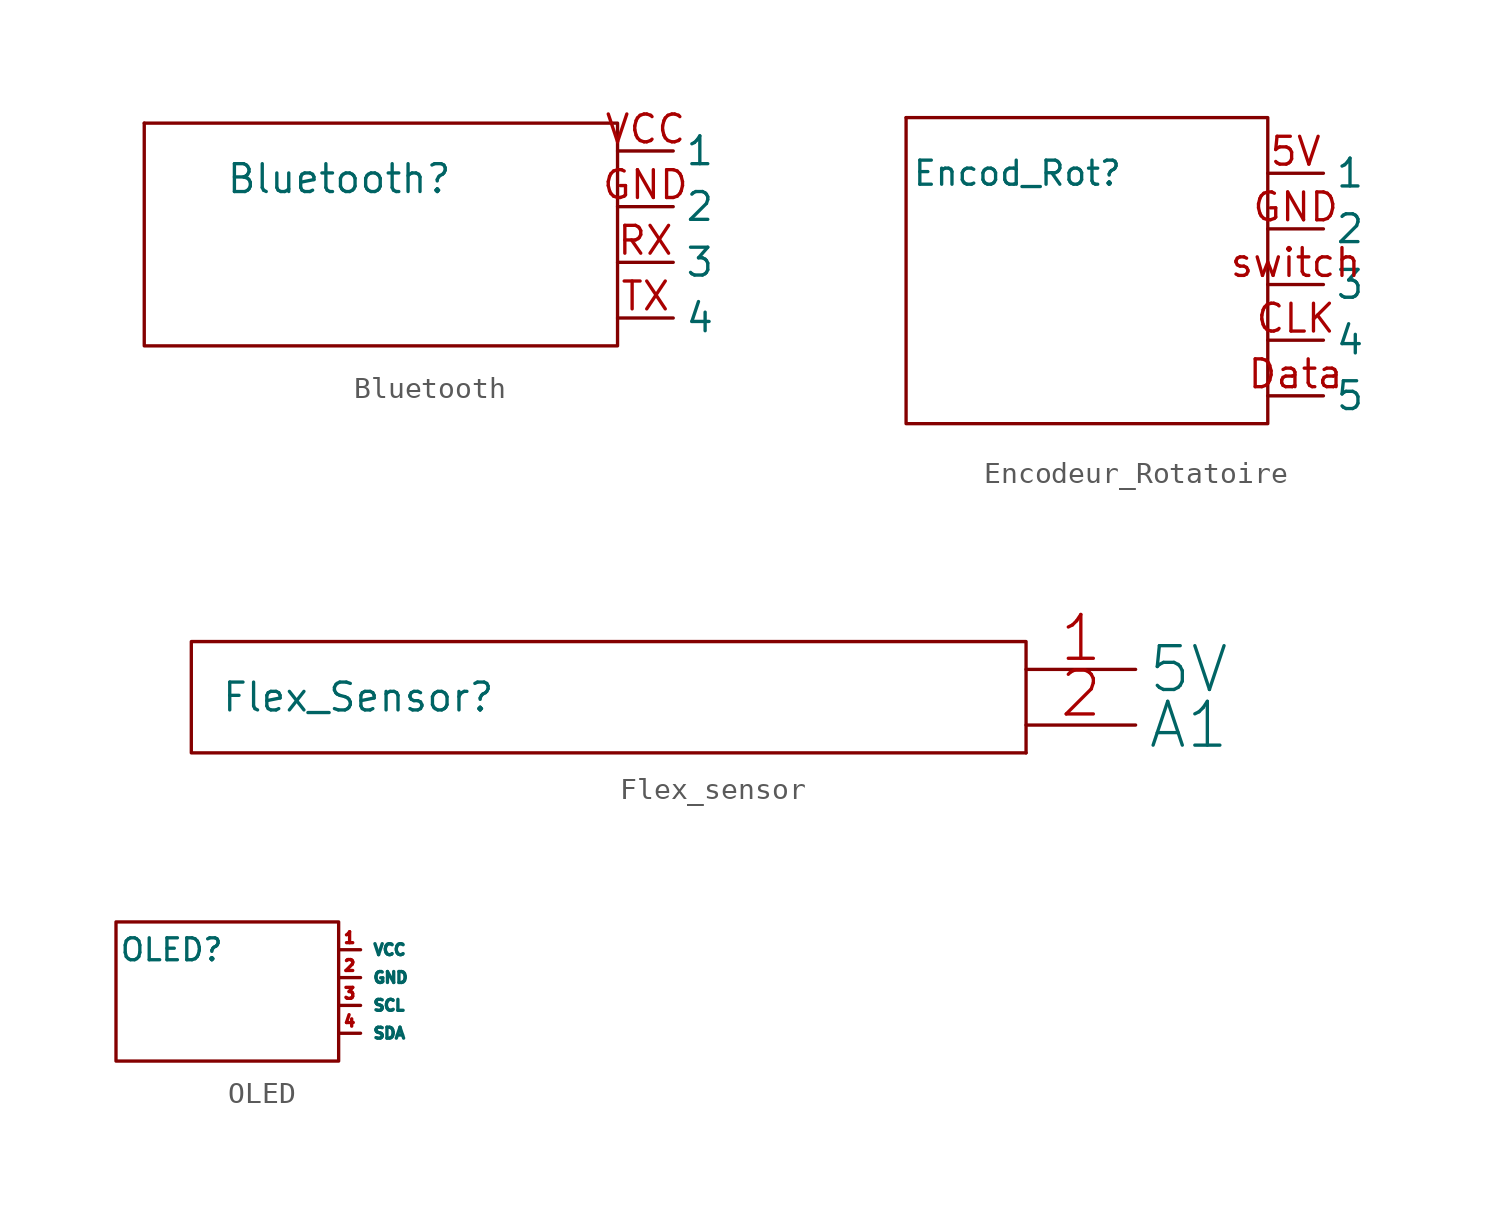
<source format=kicad_sym>
(kicad_symbol_lib
  (version 20220914)
  (generator kicad_symbol_editor)
  (symbol "Bluetooth"
    (property "Reference" "Bluetooth"
      (at 0 0 0)
      (effects (font (size 1.27 1.27))))
    (property "Value" ""
      (at 0 0 0)
      (effects (font (size 1.27 1.27))))
    (symbol "Bluetooth_0_1"
      (rectangle (start -8.89 2.54) (end -8.89 2.54) (stroke (width 0) (type default)) (fill (type none)))
      (rectangle (start -8.89 2.54) (end 12.7 -7.62) (stroke (width 0) (type default)) (fill (type none))))
    (symbol "Bluetooth_1_1"
      (pin input line (at 12.7 -1.27 0) (length 2.54) (name "2" (effects (font (size 1.27 1.27)))) (number "GND" (effects (font (size 1.27 1.27)))))
      (pin input line (at 12.7 -3.81 0) (length 2.54) (name "3" (effects (font (size 1.27 1.27)))) (number "RX" (effects (font (size 1.27 1.27)))))
      (pin input line (at 12.7 -6.35 0) (length 2.54) (name "4" (effects (font (size 1.27 1.27)))) (number "TX" (effects (font (size 1.27 1.27)))))
      (pin input line (at 12.7 1.27 0) (length 2.54) (name "1" (effects (font (size 1.27 1.27)))) (number "VCC" (effects (font (size 1.27 1.27)))))))
  (symbol "Encodeur_Rotatoire"
    (property "Reference" "Encod_Rot"
      (at 0 0 0)
      (effects (font (size 1.1 1.1))))
    (property "Value" ""
      (at 0 0 0)
      (effects (font (size 1.27 1.27))))
    (symbol "Encodeur_Rotatoire_0_1"
      (rectangle (start -5.08 2.54) (end -5.08 2.54) (stroke (width 0) (type default)) (fill (type none)))
      (rectangle (start -5.08 2.54) (end 11.43 -11.43) (stroke (width 0) (type default)) (fill (type none))))
    (symbol "Encodeur_Rotatoire_1_1"
      (pin input line (at 11.43 0 0) (length 2.54) (name "1" (effects (font (size 1.27 1.27)))) (number "5V" (effects (font (size 1.27 1.27)))))
      (pin input line (at 11.43 -7.62 0) (length 2.54) (name "4" (effects (font (size 1.27 1.27)))) (number "CLK" (effects (font (size 1.27 1.27)))))
      (pin input line (at 11.43 -10.16 0) (length 2.54) (name "5" (effects (font (size 1.27 1.27)))) (number "Data" (effects (font (size 1.27 1.27)))))
      (pin input line (at 11.43 -2.54 0) (length 2.54) (name "2" (effects (font (size 1.27 1.27)))) (number "GND" (effects (font (size 1.27 1.27)))))
      (pin input line (at 11.43 -5.08 0) (length 2.54) (name "3" (effects (font (size 1.27 1.27)))) (number "switch" (effects (font (size 1.27 1.27)))))))
  (symbol "Flex_sensor"
    (property "Reference" "Flex_Sensor"
      (at -10.16 0 0)
      (effects (font (size 1.27 1.27))))
    (property "Value" ""
      (at 0 0 0)
      (effects (font (size 1.27 1.27))))
    (symbol "Flex_sensor_0_1"
      (rectangle (start -17.78 2.54) (end 20.32 -2.54) (stroke (width 0) (type default)) (fill (type none)))
      (rectangle (start 20.32 -2.54) (end 20.32 -2.54) (stroke (width 0) (type default)) (fill (type none))))
    (symbol "Flex_sensor_1_1"
      (pin input line (at 20.32 1.27 0) (length 5) (name "5V" (effects (font (size 2 2)))) (number "1" (effects (font (size 2 2)))))
      (pin input line (at 20.32 -1.27 0) (length 5) (name "A1" (effects (font (size 2 2)))) (number "2" (effects (font (size 2 2)))))))
  (symbol "OLED"
    (property "Reference" "OLED"
      (at -1.27 2.54 0)
      (effects (font (size 1 1))))
    (property "Value" ""
      (at 0 0 0)
      (effects (font (size 1.27 1.27))))
    (symbol "OLED_0_1"
      (rectangle (start -3.81 3.81) (end 6.35 -2.54) (stroke (width 0) (type default)) (fill (type none))))
    (symbol "OLED_1_1"
      (pin input line (at 6.35 2.54 0) (length 1) (name "VCC" (effects (font (size 0.5 0.5)))) (number "1" (effects (font (size 0.5 0.5)))))
      (pin input line (at 6.35 1.27 0) (length 1) (name "GND" (effects (font (size 0.5 0.5)))) (number "2" (effects (font (size 0.5 0.5)))))
      (pin input line (at 6.35 0 0) (length 1) (name "SCL" (effects (font (size 0.5 0.5)))) (number "3" (effects (font (size 0.5 0.5)))))
      (pin input line (at 6.35 -1.27 0) (length 1) (name "SDA" (effects (font (size 0.5 0.5)))) (number "4" (effects (font (size 0.5 0.5))))))))
</source>
